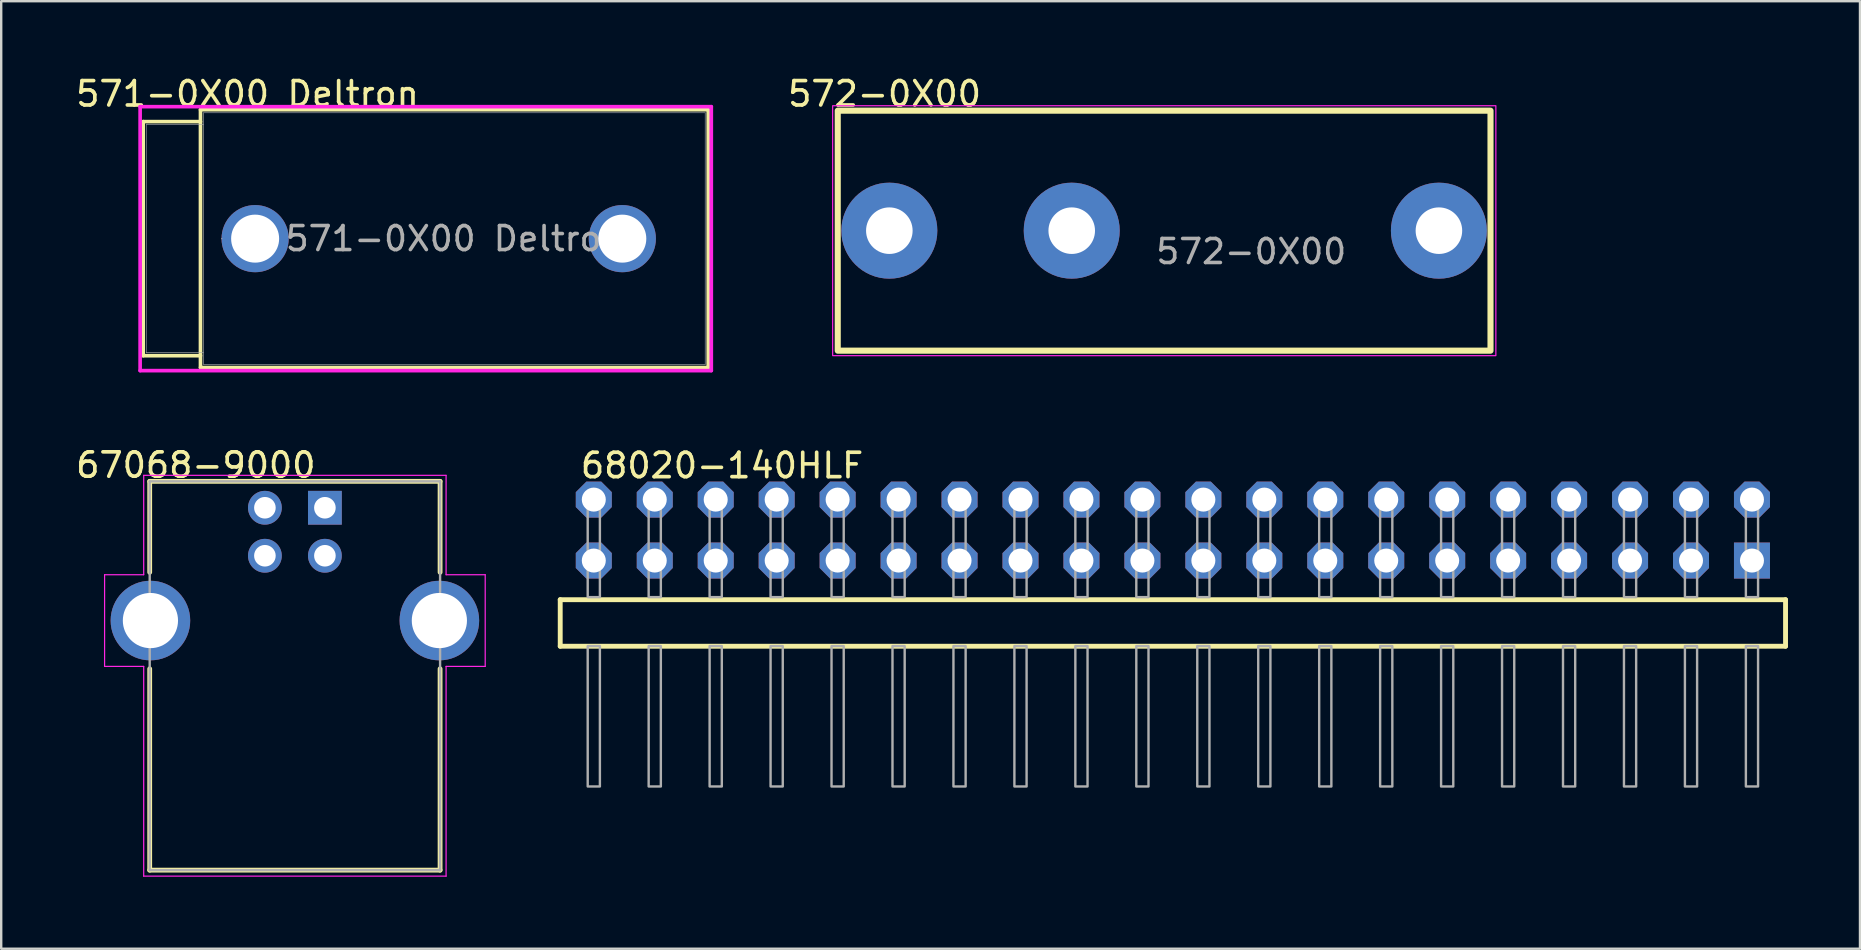
<source format=kicad_pcb>
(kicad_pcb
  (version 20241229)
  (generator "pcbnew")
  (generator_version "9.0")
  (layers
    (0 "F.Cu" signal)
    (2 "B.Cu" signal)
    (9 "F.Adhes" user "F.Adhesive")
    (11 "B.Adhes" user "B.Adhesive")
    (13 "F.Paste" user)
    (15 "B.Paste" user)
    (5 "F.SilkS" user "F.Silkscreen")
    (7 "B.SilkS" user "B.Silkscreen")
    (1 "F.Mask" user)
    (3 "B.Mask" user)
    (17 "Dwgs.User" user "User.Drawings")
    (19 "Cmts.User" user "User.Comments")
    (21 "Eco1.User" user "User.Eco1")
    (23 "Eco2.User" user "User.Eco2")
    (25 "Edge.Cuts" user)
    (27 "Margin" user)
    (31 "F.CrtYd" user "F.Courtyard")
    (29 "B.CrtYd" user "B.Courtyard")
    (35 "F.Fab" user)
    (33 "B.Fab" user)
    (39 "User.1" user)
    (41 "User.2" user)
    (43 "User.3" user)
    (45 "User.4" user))
  (footprint "572-0X00"
    (layer "F.Cu")
    (at 34.008 6.562)
    (property "Reference" "572-0X00" (at -0.2 -5.7 0) (unlocked yes) (layer "F.SilkS") (effects (font (size 1.016 1.016) (thickness 0.152))))
    (attr through_hole)
    (fp_rect (start -2.15 -5) (end 25.05 5) (stroke (width 0.254) (type default)) (fill no) (layer "F.SilkS"))
    (fp_rect (start -2.362 -5.207) (end 25.273 5.207) (stroke (width 0.05) (type solid)) (fill no) (layer "F.CrtYd"))
    (fp_text user "${REFERENCE}" (at 15.08 0.87 0) (unlocked yes) (layer "F.Fab") (effects (font (size 1 1) (thickness 0.15))))
    (pad "1" thru_hole circle (at 7.6 0) (size 4 4) (drill 1.94) (layers "*.Cu" "*.Mask"))
    (pad "1" thru_hole circle (at 22.9 0) (size 4 4) (drill 1.94) (layers "*.Cu" "*.Mask"))
    (pad "2" thru_hole circle (at 0 0) (size 4 4) (drill 1.94) (layers "*.Cu" "*.Mask")))
  (footprint "68020-140HLF"
    (layer "F.Cu")
    (at 21.693 20.308)
    (property "Reference" "68020-140HLF" (at -0.635 -3.365 0) (layer "F.SilkS") (effects (font (size 1.016 1.016) (thickness 0.152)) (justify left bottom)))
    (attr through_hole)
    (fp_line (start -1.399 1.63) (end -1.399 3.57) (stroke (width 0.203) (type solid)) (layer "F.SilkS"))
    (fp_line (start -1.399 3.57) (end 49.659 3.57) (stroke (width 0.203) (type solid)) (layer "F.SilkS"))
    (fp_line (start 49.659 1.63) (end -1.399 1.63) (stroke (width 0.203) (type solid)) (layer "F.SilkS"))
    (fp_line (start 49.659 3.57) (end 49.659 1.63) (stroke (width 0.203) (type solid)) (layer "F.SilkS"))
    (fp_poly (pts (xy -0.254 1.524) (xy 0.254 1.524) (xy 0.254 -2.794) (xy -0.254 -2.794)) (stroke (width 0.1) (type default)) (fill no) (layer "F.Fab"))
    (fp_poly (pts (xy -0.254 9.414) (xy 0.254 9.414) (xy 0.254 3.564) (xy -0.254 3.564)) (stroke (width 0.1) (type default)) (fill no) (layer "F.Fab"))
    (fp_poly (pts (xy 2.286 1.524) (xy 2.794 1.524) (xy 2.794 -2.794) (xy 2.286 -2.794)) (stroke (width 0.1) (type default)) (fill no) (layer "F.Fab"))
    (fp_poly (pts (xy 2.286 9.414) (xy 2.794 9.414) (xy 2.794 3.564) (xy 2.286 3.564)) (stroke (width 0.1) (type default)) (fill no) (layer "F.Fab"))
    (fp_poly (pts (xy 4.826 1.524) (xy 5.334 1.524) (xy 5.334 -2.794) (xy 4.826 -2.794)) (stroke (width 0.1) (type default)) (fill no) (layer "F.Fab"))
    (fp_poly (pts (xy 4.826 9.414) (xy 5.334 9.414) (xy 5.334 3.564) (xy 4.826 3.564)) (stroke (width 0.1) (type default)) (fill no) (layer "F.Fab"))
    (fp_poly (pts (xy 7.366 1.524) (xy 7.874 1.524) (xy 7.874 -2.794) (xy 7.366 -2.794)) (stroke (width 0.1) (type default)) (fill no) (layer "F.Fab"))
    (fp_poly (pts (xy 7.366 9.414) (xy 7.874 9.414) (xy 7.874 3.564) (xy 7.366 3.564)) (stroke (width 0.1) (type default)) (fill no) (layer "F.Fab"))
    (fp_poly (pts (xy 9.906 1.524) (xy 10.414 1.524) (xy 10.414 -2.794) (xy 9.906 -2.794)) (stroke (width 0.1) (type default)) (fill no) (layer "F.Fab"))
    (fp_poly (pts (xy 9.906 9.414) (xy 10.414 9.414) (xy 10.414 3.564) (xy 9.906 3.564)) (stroke (width 0.1) (type default)) (fill no) (layer "F.Fab"))
    (fp_poly (pts (xy 12.446 1.524) (xy 12.954 1.524) (xy 12.954 -2.794) (xy 12.446 -2.794)) (stroke (width 0.1) (type default)) (fill no) (layer "F.Fab"))
    (fp_poly (pts (xy 12.446 9.414) (xy 12.954 9.414) (xy 12.954 3.564) (xy 12.446 3.564)) (stroke (width 0.1) (type default)) (fill no) (layer "F.Fab"))
    (fp_poly (pts (xy 14.986 1.524) (xy 15.494 1.524) (xy 15.494 -2.794) (xy 14.986 -2.794)) (stroke (width 0.1) (type default)) (fill no) (layer "F.Fab"))
    (fp_poly (pts (xy 14.986 9.414) (xy 15.494 9.414) (xy 15.494 3.564) (xy 14.986 3.564)) (stroke (width 0.1) (type default)) (fill no) (layer "F.Fab"))
    (fp_poly (pts (xy 17.526 1.524) (xy 18.034 1.524) (xy 18.034 -2.794) (xy 17.526 -2.794)) (stroke (width 0.1) (type default)) (fill no) (layer "F.Fab"))
    (fp_poly (pts (xy 17.526 9.414) (xy 18.034 9.414) (xy 18.034 3.564) (xy 17.526 3.564)) (stroke (width 0.1) (type default)) (fill no) (layer "F.Fab"))
    (fp_poly (pts (xy 20.066 1.524) (xy 20.574 1.524) (xy 20.574 -2.794) (xy 20.066 -2.794)) (stroke (width 0.1) (type default)) (fill no) (layer "F.Fab"))
    (fp_poly (pts (xy 20.066 9.414) (xy 20.574 9.414) (xy 20.574 3.564) (xy 20.066 3.564)) (stroke (width 0.1) (type default)) (fill no) (layer "F.Fab"))
    (fp_poly (pts (xy 22.606 1.524) (xy 23.114 1.524) (xy 23.114 -2.794) (xy 22.606 -2.794)) (stroke (width 0.1) (type default)) (fill no) (layer "F.Fab"))
    (fp_poly (pts (xy 22.606 9.414) (xy 23.114 9.414) (xy 23.114 3.564) (xy 22.606 3.564)) (stroke (width 0.1) (type default)) (fill no) (layer "F.Fab"))
    (fp_poly (pts (xy 25.146 1.524) (xy 25.654 1.524) (xy 25.654 -2.794) (xy 25.146 -2.794)) (stroke (width 0.1) (type default)) (fill no) (layer "F.Fab"))
    (fp_poly (pts (xy 25.146 9.414) (xy 25.654 9.414) (xy 25.654 3.564) (xy 25.146 3.564)) (stroke (width 0.1) (type default)) (fill no) (layer "F.Fab"))
    (fp_poly (pts (xy 27.686 1.524) (xy 28.194 1.524) (xy 28.194 -2.794) (xy 27.686 -2.794)) (stroke (width 0.1) (type default)) (fill no) (layer "F.Fab"))
    (fp_poly (pts (xy 27.686 9.414) (xy 28.194 9.414) (xy 28.194 3.564) (xy 27.686 3.564)) (stroke (width 0.1) (type default)) (fill no) (layer "F.Fab"))
    (fp_poly (pts (xy 30.226 1.524) (xy 30.734 1.524) (xy 30.734 -2.794) (xy 30.226 -2.794)) (stroke (width 0.1) (type default)) (fill no) (layer "F.Fab"))
    (fp_poly (pts (xy 30.226 9.414) (xy 30.734 9.414) (xy 30.734 3.564) (xy 30.226 3.564)) (stroke (width 0.1) (type default)) (fill no) (layer "F.Fab"))
    (fp_poly (pts (xy 32.766 1.524) (xy 33.274 1.524) (xy 33.274 -2.794) (xy 32.766 -2.794)) (stroke (width 0.1) (type default)) (fill no) (layer "F.Fab"))
    (fp_poly (pts (xy 32.766 9.414) (xy 33.274 9.414) (xy 33.274 3.564) (xy 32.766 3.564)) (stroke (width 0.1) (type default)) (fill no) (layer "F.Fab"))
    (fp_poly (pts (xy 35.306 1.524) (xy 35.814 1.524) (xy 35.814 -2.794) (xy 35.306 -2.794)) (stroke (width 0.1) (type default)) (fill no) (layer "F.Fab"))
    (fp_poly (pts (xy 35.306 9.414) (xy 35.814 9.414) (xy 35.814 3.564) (xy 35.306 3.564)) (stroke (width 0.1) (type default)) (fill no) (layer "F.Fab"))
    (fp_poly (pts (xy 37.846 1.524) (xy 38.354 1.524) (xy 38.354 -2.794) (xy 37.846 -2.794)) (stroke (width 0.1) (type default)) (fill no) (layer "F.Fab"))
    (fp_poly (pts (xy 37.846 9.414) (xy 38.354 9.414) (xy 38.354 3.564) (xy 37.846 3.564)) (stroke (width 0.1) (type default)) (fill no) (layer "F.Fab"))
    (fp_poly (pts (xy 40.386 1.524) (xy 40.894 1.524) (xy 40.894 -2.794) (xy 40.386 -2.794)) (stroke (width 0.1) (type default)) (fill no) (layer "F.Fab"))
    (fp_poly (pts (xy 40.386 9.414) (xy 40.894 9.414) (xy 40.894 3.564) (xy 40.386 3.564)) (stroke (width 0.1) (type default)) (fill no) (layer "F.Fab"))
    (fp_poly (pts (xy 42.926 1.524) (xy 43.434 1.524) (xy 43.434 -2.794) (xy 42.926 -2.794)) (stroke (width 0.1) (type default)) (fill no) (layer "F.Fab"))
    (fp_poly (pts (xy 42.926 9.414) (xy 43.434 9.414) (xy 43.434 3.564) (xy 42.926 3.564)) (stroke (width 0.1) (type default)) (fill no) (layer "F.Fab"))
    (fp_poly (pts (xy 45.466 1.524) (xy 45.974 1.524) (xy 45.974 -2.794) (xy 45.466 -2.794)) (stroke (width 0.1) (type default)) (fill no) (layer "F.Fab"))
    (fp_poly (pts (xy 45.466 9.414) (xy 45.974 9.414) (xy 45.974 3.564) (xy 45.466 3.564)) (stroke (width 0.1) (type default)) (fill no) (layer "F.Fab"))
    (fp_poly (pts (xy 48.006 1.524) (xy 48.514 1.524) (xy 48.514 -2.794) (xy 48.006 -2.794)) (stroke (width 0.1) (type default)) (fill no) (layer "F.Fab"))
    (fp_poly (pts (xy 48.006 9.414) (xy 48.514 9.414) (xy 48.514 3.564) (xy 48.006 3.564)) (stroke (width 0.1) (type default)) (fill no) (layer "F.Fab"))
    (pad "1" thru_hole rect (at 48.26 0) (size 1.5 1.5) (drill 1) (layers "*.Cu" "*.Mask"))
    (pad "2" thru_hole roundrect (at 48.26 -2.54) (size 1.5 1.5) (drill 1) (layers "*.Cu" "*.Mask") (roundrect_rratio 0.25) (chamfer_ratio 0.293) (chamfer top_left top_right bottom_left bottom_right))
    (pad "3" thru_hole roundrect (at 45.72 0) (size 1.5 1.5) (drill 1) (layers "*.Cu" "*.Mask") (roundrect_rratio 0.25) (chamfer_ratio 0.293) (chamfer top_left top_right bottom_left bottom_right))
    (pad "4" thru_hole roundrect (at 45.72 -2.54) (size 1.5 1.5) (drill 1) (layers "*.Cu" "*.Mask") (roundrect_rratio 0.25) (chamfer_ratio 0.293) (chamfer top_left top_right bottom_left bottom_right))
    (pad "5" thru_hole roundrect (at 43.18 0) (size 1.5 1.5) (drill 1) (layers "*.Cu" "*.Mask") (roundrect_rratio 0.25) (chamfer_ratio 0.293) (chamfer top_left top_right bottom_left bottom_right))
    (pad "6" thru_hole roundrect (at 43.18 -2.54) (size 1.5 1.5) (drill 1) (layers "*.Cu" "*.Mask") (roundrect_rratio 0.25) (chamfer_ratio 0.293) (chamfer top_left top_right bottom_left bottom_right))
    (pad "7" thru_hole roundrect (at 40.64 0) (size 1.5 1.5) (drill 1) (layers "*.Cu" "*.Mask") (roundrect_rratio 0.25) (chamfer_ratio 0.293) (chamfer top_left top_right bottom_left bottom_right))
    (pad "8" thru_hole roundrect (at 40.64 -2.54) (size 1.5 1.5) (drill 1) (layers "*.Cu" "*.Mask") (roundrect_rratio 0.25) (chamfer_ratio 0.293) (chamfer top_left top_right bottom_left bottom_right))
    (pad "9" thru_hole roundrect (at 38.1 0) (size 1.5 1.5) (drill 1) (layers "*.Cu" "*.Mask") (roundrect_rratio 0.25) (chamfer_ratio 0.293) (chamfer top_left top_right bottom_left bottom_right))
    (pad "10" thru_hole roundrect (at 38.1 -2.54) (size 1.5 1.5) (drill 1) (layers "*.Cu" "*.Mask") (roundrect_rratio 0.25) (chamfer_ratio 0.293) (chamfer top_left top_right bottom_left bottom_right))
    (pad "11" thru_hole roundrect (at 35.56 0) (size 1.5 1.5) (drill 1) (layers "*.Cu" "*.Mask") (roundrect_rratio 0.25) (chamfer_ratio 0.293) (chamfer top_left top_right bottom_left bottom_right))
    (pad "12" thru_hole roundrect (at 35.56 -2.54) (size 1.5 1.5) (drill 1) (layers "*.Cu" "*.Mask") (roundrect_rratio 0.25) (chamfer_ratio 0.293) (chamfer top_left top_right bottom_left bottom_right))
    (pad "13" thru_hole roundrect (at 33.02 0) (size 1.5 1.5) (drill 1) (layers "*.Cu" "*.Mask") (roundrect_rratio 0.25) (chamfer_ratio 0.293) (chamfer top_left top_right bottom_left bottom_right))
    (pad "14" thru_hole roundrect (at 33.02 -2.54) (size 1.5 1.5) (drill 1) (layers "*.Cu" "*.Mask") (roundrect_rratio 0.25) (chamfer_ratio 0.293) (chamfer top_left top_right bottom_left bottom_right))
    (pad "15" thru_hole roundrect (at 30.48 0) (size 1.5 1.5) (drill 1) (layers "*.Cu" "*.Mask") (roundrect_rratio 0.25) (chamfer_ratio 0.293) (chamfer top_left top_right bottom_left bottom_right))
    (pad "16" thru_hole roundrect (at 30.48 -2.54) (size 1.5 1.5) (drill 1) (layers "*.Cu" "*.Mask") (roundrect_rratio 0.25) (chamfer_ratio 0.293) (chamfer top_left top_right bottom_left bottom_right))
    (pad "17" thru_hole roundrect (at 27.94 0) (size 1.5 1.5) (drill 1) (layers "*.Cu" "*.Mask") (roundrect_rratio 0.25) (chamfer_ratio 0.293) (chamfer top_left top_right bottom_left bottom_right))
    (pad "18" thru_hole roundrect (at 27.94 -2.54) (size 1.5 1.5) (drill 1) (layers "*.Cu" "*.Mask") (roundrect_rratio 0.25) (chamfer_ratio 0.293) (chamfer top_left top_right bottom_left bottom_right))
    (pad "19" thru_hole roundrect (at 25.4 0) (size 1.5 1.5) (drill 1) (layers "*.Cu" "*.Mask") (roundrect_rratio 0.25) (chamfer_ratio 0.293) (chamfer top_left top_right bottom_left bottom_right))
    (pad "20" thru_hole roundrect (at 25.4 -2.54) (size 1.5 1.5) (drill 1) (layers "*.Cu" "*.Mask") (roundrect_rratio 0.25) (chamfer_ratio 0.293) (chamfer top_left top_right bottom_left bottom_right))
    (pad "21" thru_hole roundrect (at 22.86 0) (size 1.5 1.5) (drill 1) (layers "*.Cu" "*.Mask") (roundrect_rratio 0.25) (chamfer_ratio 0.293) (chamfer top_left top_right bottom_left bottom_right))
    (pad "22" thru_hole roundrect (at 22.86 -2.54) (size 1.5 1.5) (drill 1) (layers "*.Cu" "*.Mask") (roundrect_rratio 0.25) (chamfer_ratio 0.293) (chamfer top_left top_right bottom_left bottom_right))
    (pad "23" thru_hole roundrect (at 20.32 0) (size 1.5 1.5) (drill 1) (layers "*.Cu" "*.Mask") (roundrect_rratio 0.25) (chamfer_ratio 0.293) (chamfer top_left top_right bottom_left bottom_right))
    (pad "24" thru_hole roundrect (at 20.32 -2.54) (size 1.5 1.5) (drill 1) (layers "*.Cu" "*.Mask") (roundrect_rratio 0.25) (chamfer_ratio 0.293) (chamfer top_left top_right bottom_left bottom_right))
    (pad "25" thru_hole roundrect (at 17.78 0) (size 1.5 1.5) (drill 1) (layers "*.Cu" "*.Mask") (roundrect_rratio 0.25) (chamfer_ratio 0.293) (chamfer top_left top_right bottom_left bottom_right))
    (pad "26" thru_hole roundrect (at 17.78 -2.54) (size 1.5 1.5) (drill 1) (layers "*.Cu" "*.Mask") (roundrect_rratio 0.25) (chamfer_ratio 0.293) (chamfer top_left top_right bottom_left bottom_right))
    (pad "27" thru_hole roundrect (at 15.24 0) (size 1.5 1.5) (drill 1) (layers "*.Cu" "*.Mask") (roundrect_rratio 0.25) (chamfer_ratio 0.293) (chamfer top_left top_right bottom_left bottom_right))
    (pad "28" thru_hole roundrect (at 15.24 -2.54) (size 1.5 1.5) (drill 1) (layers "*.Cu" "*.Mask") (roundrect_rratio 0.25) (chamfer_ratio 0.293) (chamfer top_left top_right bottom_left bottom_right))
    (pad "29" thru_hole roundrect (at 12.7 0) (size 1.5 1.5) (drill 1) (layers "*.Cu" "*.Mask") (roundrect_rratio 0.25) (chamfer_ratio 0.293) (chamfer top_left top_right bottom_left bottom_right))
    (pad "30" thru_hole roundrect (at 12.7 -2.54) (size 1.5 1.5) (drill 1) (layers "*.Cu" "*.Mask") (roundrect_rratio 0.25) (chamfer_ratio 0.293) (chamfer top_left top_right bottom_left bottom_right))
    (pad "31" thru_hole roundrect (at 10.16 0) (size 1.5 1.5) (drill 1) (layers "*.Cu" "*.Mask") (roundrect_rratio 0.25) (chamfer_ratio 0.293) (chamfer top_left top_right bottom_left bottom_right))
    (pad "32" thru_hole roundrect (at 10.16 -2.54) (size 1.5 1.5) (drill 1) (layers "*.Cu" "*.Mask") (roundrect_rratio 0.25) (chamfer_ratio 0.293) (chamfer top_left top_right bottom_left bottom_right))
    (pad "33" thru_hole roundrect (at 7.62 0) (size 1.5 1.5) (drill 1) (layers "*.Cu" "*.Mask") (roundrect_rratio 0.25) (chamfer_ratio 0.293) (chamfer top_left top_right bottom_left bottom_right))
    (pad "34" thru_hole roundrect (at 7.62 -2.54) (size 1.5 1.5) (drill 1) (layers "*.Cu" "*.Mask") (roundrect_rratio 0.25) (chamfer_ratio 0.293) (chamfer top_left top_right bottom_left bottom_right))
    (pad "35" thru_hole roundrect (at 5.08 0) (size 1.5 1.5) (drill 1) (layers "*.Cu" "*.Mask") (roundrect_rratio 0.25) (chamfer_ratio 0.293) (chamfer top_left top_right bottom_left bottom_right))
    (pad "36" thru_hole roundrect (at 5.08 -2.54) (size 1.5 1.5) (drill 1) (layers "*.Cu" "*.Mask") (roundrect_rratio 0.25) (chamfer_ratio 0.293) (chamfer top_left top_right bottom_left bottom_right))
    (pad "37" thru_hole roundrect (at 2.54 0) (size 1.5 1.5) (drill 1) (layers "*.Cu" "*.Mask") (roundrect_rratio 0.25) (chamfer_ratio 0.293) (chamfer top_left top_right bottom_left bottom_right))
    (pad "38" thru_hole roundrect (at 2.54 -2.54) (size 1.5 1.5) (drill 1) (layers "*.Cu" "*.Mask") (roundrect_rratio 0.25) (chamfer_ratio 0.293) (chamfer top_left top_right bottom_left bottom_right))
    (pad "39" thru_hole roundrect (at 0 0) (size 1.5 1.5) (drill 1) (layers "*.Cu" "*.Mask") (roundrect_rratio 0.25) (chamfer_ratio 0.293) (chamfer top_left top_right bottom_left bottom_right))
    (pad "40" thru_hole roundrect (at 0 -2.54) (size 1.5 1.5) (drill 1) (layers "*.Cu" "*.Mask") (roundrect_rratio 0.25) (chamfer_ratio 0.293) (chamfer top_left top_right bottom_left bottom_right)))
  (footprint "571-0X00 Deltron"
    (layer "F.Cu")
    (at 7.581 6.894)
    (property "Reference" "571-0X00 Deltron" (at -0.318 -6.032 0) (unlocked yes) (layer "F.SilkS") (effects (font (size 1.016 1.016) (thickness 0.152))))
    (attr through_hole)
    (fp_line (start -4.665 -4.877) (end -4.665 4.877) (stroke (width 0.152) (type solid)) (layer "F.SilkS"))
    (fp_line (start -4.665 4.877) (end -2.277 4.877) (stroke (width 0.152) (type solid)) (layer "F.SilkS"))
    (fp_line (start -2.277 -5.372) (end -2.277 5.372) (stroke (width 0.152) (type solid)) (layer "F.SilkS"))
    (fp_line (start -2.277 -4.877) (end -4.665 -4.877) (stroke (width 0.152) (type solid)) (layer "F.SilkS"))
    (fp_line (start -2.277 5.372) (end 18.881 5.372) (stroke (width 0.152) (type solid)) (layer "F.SilkS"))
    (fp_line (start 18.881 -5.372) (end -2.277 -5.372) (stroke (width 0.152) (type solid)) (layer "F.SilkS"))
    (fp_line (start 18.881 5.372) (end 18.881 -5.372) (stroke (width 0.152) (type solid)) (layer "F.SilkS"))
    (fp_line (start -4.792 -5.499) (end 19.008 -5.499) (stroke (width 0.152) (type solid)) (layer "F.CrtYd"))
    (fp_line (start -4.792 5.499) (end -4.792 -5.499) (stroke (width 0.152) (type solid)) (layer "F.CrtYd"))
    (fp_line (start 19.008 -5.499) (end 19.008 5.499) (stroke (width 0.152) (type solid)) (layer "F.CrtYd"))
    (fp_line (start 19.008 5.499) (end -4.792 5.499) (stroke (width 0.152) (type solid)) (layer "F.CrtYd"))
    (fp_line (start -4.538 -4.75) (end -4.538 4.75) (stroke (width 0.025) (type solid)) (layer "F.Fab"))
    (fp_line (start -4.538 4.75) (end -2.15 4.75) (stroke (width 0.025) (type solid)) (layer "F.Fab"))
    (fp_line (start -2.15 -5.245) (end -2.15 5.245) (stroke (width 0.025) (type solid)) (layer "F.Fab"))
    (fp_line (start -2.15 -4.75) (end -4.538 -4.75) (stroke (width 0.025) (type solid)) (layer "F.Fab"))
    (fp_line (start -2.15 5.245) (end 18.754 5.245) (stroke (width 0.025) (type solid)) (layer "F.Fab"))
    (fp_line (start 18.754 -5.245) (end -2.15 -5.245) (stroke (width 0.025) (type solid)) (layer "F.Fab"))
    (fp_line (start 18.754 5.245) (end 18.754 -5.245) (stroke (width 0.025) (type solid)) (layer "F.Fab"))
    (fp_circle (center -1.388 0) (end -1.388 0) (stroke (width 0.025) (type solid)) (fill no) (layer "F.Fab"))
    (fp_text user "${REFERENCE}" (at 8.302 0 0) (unlocked yes) (layer "F.Fab") (effects (font (size 1 1) (thickness 0.15))))
    (pad "1" thru_hole circle (at 0 0) (size 2.8 2.8) (drill 2) (layers "*.Cu" "*.Mask"))
    (pad "1" thru_hole circle (at 15.3 0) (size 2.8 2.8) (drill 2) (layers "*.Cu" "*.Mask")))
  (footprint "67068-9000"
    (layer "F.Cu")
    (at 9.238 22.808)
    (property "Reference" "67068-9000" (at -4.128 -6.477 0) (layer "F.SilkS") (effects (font (size 1.016 1.016) (thickness 0.152))))
    (attr through_hole)
    (fp_line (start -6.05 -5.8) (end 6.05 -5.8) (stroke (width 0.2) (type solid)) (layer "F.SilkS"))
    (fp_line (start -6.05 -2.01) (end -6.05 -5.8) (stroke (width 0.2) (type solid)) (layer "F.SilkS"))
    (fp_line (start -6.05 10.4) (end -6.05 2.01) (stroke (width 0.2) (type solid)) (layer "F.SilkS"))
    (fp_line (start 6.05 -5.8) (end 6.05 -2.01) (stroke (width 0.2) (type solid)) (layer "F.SilkS"))
    (fp_line (start 6.05 2.01) (end 6.05 10.4) (stroke (width 0.2) (type solid)) (layer "F.SilkS"))
    (fp_line (start 6.05 10.4) (end -6.05 10.4) (stroke (width 0.2) (type solid)) (layer "F.SilkS"))
    (fp_line (start -7.93 -1.91) (end -6.3 -1.91) (stroke (width 0.05) (type solid)) (layer "F.CrtYd"))
    (fp_line (start -7.93 1.91) (end -7.93 -1.91) (stroke (width 0.05) (type solid)) (layer "F.CrtYd"))
    (fp_line (start -6.3 -6.05) (end 6.3 -6.05) (stroke (width 0.05) (type solid)) (layer "F.CrtYd"))
    (fp_line (start -6.3 -1.91) (end -6.3 -6.05) (stroke (width 0.05) (type solid)) (layer "F.CrtYd"))
    (fp_line (start -6.3 1.91) (end -7.93 1.91) (stroke (width 0.05) (type solid)) (layer "F.CrtYd"))
    (fp_line (start -6.3 10.65) (end -6.3 1.91) (stroke (width 0.05) (type solid)) (layer "F.CrtYd"))
    (fp_line (start 6.3 -6.05) (end 6.3 -1.91) (stroke (width 0.05) (type solid)) (layer "F.CrtYd"))
    (fp_line (start 6.3 -1.91) (end 7.93 -1.91) (stroke (width 0.05) (type solid)) (layer "F.CrtYd"))
    (fp_line (start 6.3 1.91) (end 6.3 10.65) (stroke (width 0.05) (type solid)) (layer "F.CrtYd"))
    (fp_line (start 6.3 10.65) (end -6.3 10.65) (stroke (width 0.05) (type solid)) (layer "F.CrtYd"))
    (fp_line (start 7.93 -1.91) (end 7.93 1.91) (stroke (width 0.05) (type solid)) (layer "F.CrtYd"))
    (fp_line (start 7.93 1.91) (end 6.3 1.91) (stroke (width 0.05) (type solid)) (layer "F.CrtYd"))
    (fp_line (start -6.05 -5.8) (end 6.05 -5.8) (stroke (width 0.1) (type solid)) (layer "F.Fab"))
    (fp_line (start -6.05 10.4) (end -6.05 -5.8) (stroke (width 0.1) (type solid)) (layer "F.Fab"))
    (fp_line (start 6.05 -5.8) (end 6.05 10.4) (stroke (width 0.1) (type solid)) (layer "F.Fab"))
    (fp_line (start 6.05 10.4) (end -6.05 10.4) (stroke (width 0.1) (type solid)) (layer "F.Fab"))
    (pad "1" thru_hole rect (at 1.25 -4.7) (size 1.408 1.408) (drill 0.9) (layers "*.Cu" "*.Mask"))
    (pad "2" thru_hole circle (at -1.25 -4.7) (size 1.408 1.408) (drill 0.9) (layers "*.Cu" "*.Mask"))
    (pad "3" thru_hole circle (at -1.25 -2.7) (size 1.408 1.408) (drill 0.9) (layers "*.Cu" "*.Mask"))
    (pad "4" thru_hole circle (at 1.25 -2.7) (size 1.408 1.408) (drill 0.9) (layers "*.Cu" "*.Mask"))
    (pad "SH" thru_hole circle (at -6.02 0) (size 3.316 3.316) (drill 2.3) (layers "*.Cu" "*.Mask"))
    (pad "SH" thru_hole circle (at 6.02 0) (size 3.316 3.316) (drill 2.3) (layers "*.Cu" "*.Mask")))
  (gr_rect
    (start -3 -3)
    (end 74.454 36.483)
    (stroke (width 0.1) (type default))
    (fill no)
    (layer "Edge.Cuts")))
</source>
